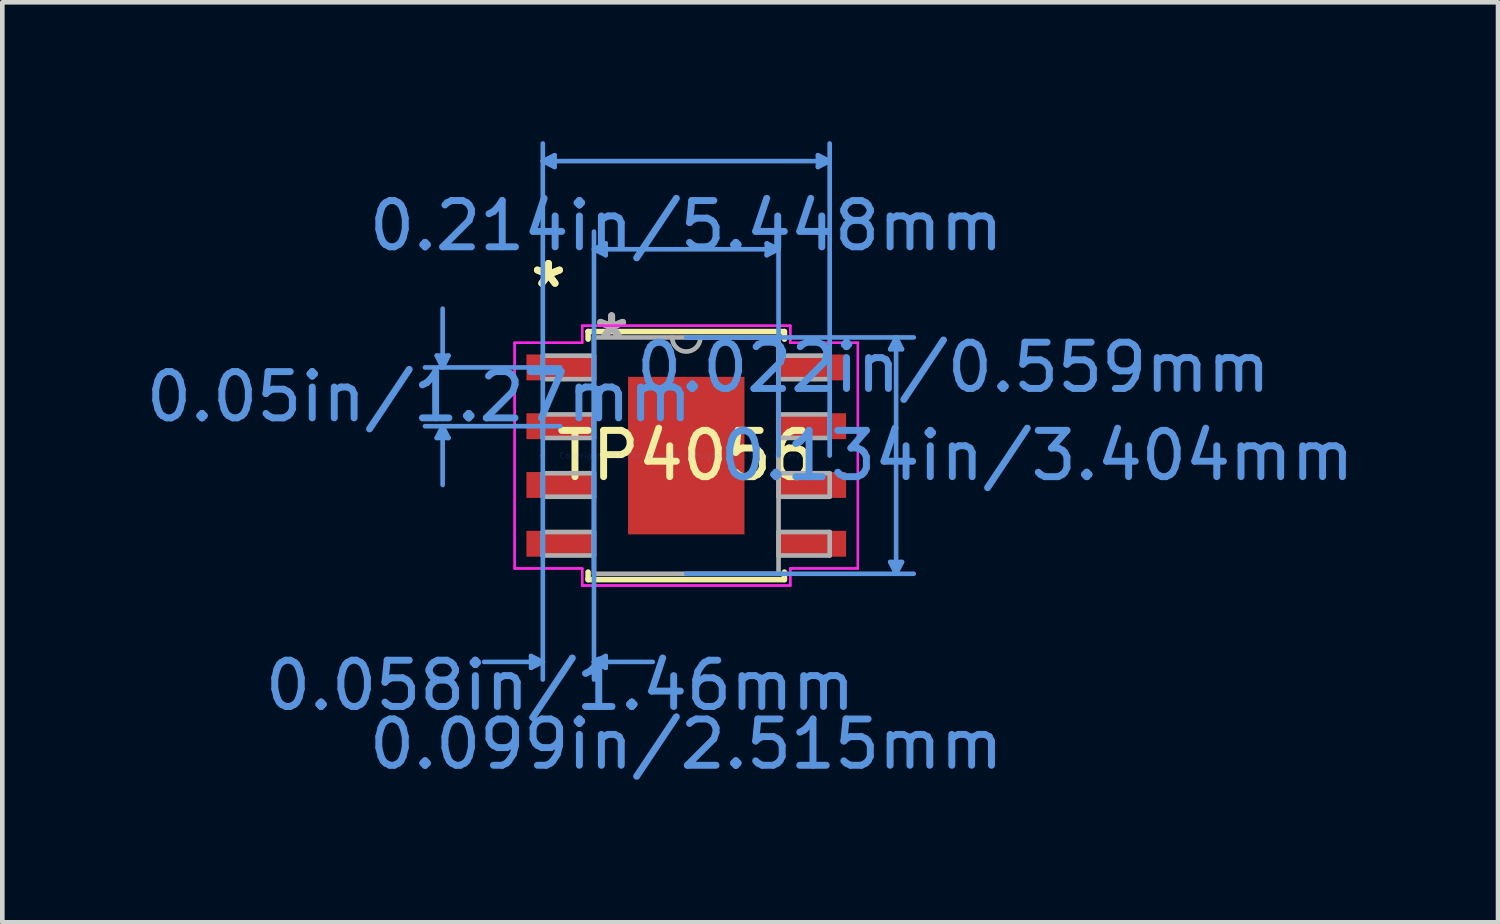
<source format=kicad_pcb>
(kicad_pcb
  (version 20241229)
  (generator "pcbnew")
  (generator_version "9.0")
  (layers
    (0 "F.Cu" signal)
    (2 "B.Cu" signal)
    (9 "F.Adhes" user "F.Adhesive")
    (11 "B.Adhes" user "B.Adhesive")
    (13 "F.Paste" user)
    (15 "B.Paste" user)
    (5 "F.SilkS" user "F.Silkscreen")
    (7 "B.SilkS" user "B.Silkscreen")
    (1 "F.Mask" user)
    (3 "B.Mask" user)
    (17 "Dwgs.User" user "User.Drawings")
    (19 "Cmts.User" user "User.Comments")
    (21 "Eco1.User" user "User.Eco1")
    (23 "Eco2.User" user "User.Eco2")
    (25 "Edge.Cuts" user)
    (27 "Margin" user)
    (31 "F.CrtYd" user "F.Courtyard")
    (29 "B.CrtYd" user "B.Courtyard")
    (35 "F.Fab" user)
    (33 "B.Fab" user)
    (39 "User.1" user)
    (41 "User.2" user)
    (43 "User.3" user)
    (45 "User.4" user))
  (footprint "TP4056"
    (layer "F.Cu")
    (at 11.778 6.794)
    (property "Reference" "TP4056" (at 0 0 0) (layer "F.SilkS") (effects (font (size 1 1) (thickness 0.15))))
    (attr through_hole)
    (fp_line (start -2.121 -2.68) (end -2.121 -2.517) (stroke (width 0.12) (type solid)) (layer "F.SilkS"))
    (fp_line (start -2.121 2.517) (end -2.121 2.68) (stroke (width 0.12) (type solid)) (layer "F.SilkS"))
    (fp_line (start -2.121 2.68) (end 2.121 2.68) (stroke (width 0.12) (type solid)) (layer "F.SilkS"))
    (fp_line (start 2.121 -2.68) (end -2.121 -2.68) (stroke (width 0.12) (type solid)) (layer "F.SilkS"))
    (fp_line (start 2.121 -2.517) (end 2.121 -2.68) (stroke (width 0.12) (type solid)) (layer "F.SilkS"))
    (fp_line (start 2.121 2.68) (end 2.121 2.517) (stroke (width 0.12) (type solid)) (layer "F.SilkS"))
    (fp_poly (pts (xy -1.157 -1.602) (xy -1.157 -0.1) (xy 1.157 -0.1) (xy 1.157 -1.602)) (stroke (width 0.1) (type solid)) (fill yes) (layer "F.Paste"))
    (fp_poly (pts (xy -1.157 0.1) (xy -1.157 1.602) (xy 1.157 1.602) (xy 1.157 0.1)) (stroke (width 0.1) (type solid)) (fill yes) (layer "F.Paste"))
    (fp_line (start -5.391 -2.159) (end -5.137 -2.159) (stroke (width 0.1) (type solid)) (layer "Cmts.User"))
    (fp_line (start -5.391 -0.381) (end -5.137 -0.381) (stroke (width 0.1) (type solid)) (layer "Cmts.User"))
    (fp_line (start -5.264 -1.905) (end -5.391 -2.159) (stroke (width 0.1) (type solid)) (layer "Cmts.User"))
    (fp_line (start -5.264 -1.905) (end -5.264 -3.175) (stroke (width 0.1) (type solid)) (layer "Cmts.User"))
    (fp_line (start -5.264 -1.905) (end -5.137 -2.159) (stroke (width 0.1) (type solid)) (layer "Cmts.User"))
    (fp_line (start -5.264 -0.635) (end -5.391 -0.381) (stroke (width 0.1) (type solid)) (layer "Cmts.User"))
    (fp_line (start -5.264 -0.635) (end -5.264 0.635) (stroke (width 0.1) (type solid)) (layer "Cmts.User"))
    (fp_line (start -5.264 -0.635) (end -5.137 -0.381) (stroke (width 0.1) (type solid)) (layer "Cmts.User"))
    (fp_line (start -3.353 4.331) (end -3.353 4.585) (stroke (width 0.1) (type solid)) (layer "Cmts.User"))
    (fp_line (start -3.099 -6.363) (end -2.845 -6.49) (stroke (width 0.1) (type solid)) (layer "Cmts.User"))
    (fp_line (start -3.099 -6.363) (end -2.845 -6.236) (stroke (width 0.1) (type solid)) (layer "Cmts.User"))
    (fp_line (start -3.099 -6.363) (end 3.099 -6.363) (stroke (width 0.1) (type solid)) (layer "Cmts.User"))
    (fp_line (start -3.099 0) (end -3.099 -6.744) (stroke (width 0.1) (type solid)) (layer "Cmts.User"))
    (fp_line (start -3.099 0) (end -3.099 4.839) (stroke (width 0.1) (type solid)) (layer "Cmts.User"))
    (fp_line (start -3.099 4.458) (end -4.369 4.458) (stroke (width 0.1) (type solid)) (layer "Cmts.User"))
    (fp_line (start -3.099 4.458) (end -3.353 4.331) (stroke (width 0.1) (type solid)) (layer "Cmts.User"))
    (fp_line (start -3.099 4.458) (end -3.353 4.585) (stroke (width 0.1) (type solid)) (layer "Cmts.User"))
    (fp_line (start -2.845 -6.49) (end -2.845 -6.236) (stroke (width 0.1) (type solid)) (layer "Cmts.User"))
    (fp_line (start -2.724 -1.905) (end -5.645 -1.905) (stroke (width 0.1) (type solid)) (layer "Cmts.User"))
    (fp_line (start -2.724 -0.635) (end -5.645 -0.635) (stroke (width 0.1) (type solid)) (layer "Cmts.User"))
    (fp_line (start -1.994 -4.458) (end -1.74 -4.585) (stroke (width 0.1) (type solid)) (layer "Cmts.User"))
    (fp_line (start -1.994 -4.458) (end -1.74 -4.331) (stroke (width 0.1) (type solid)) (layer "Cmts.User"))
    (fp_line (start -1.994 -4.458) (end 1.994 -4.458) (stroke (width 0.1) (type solid)) (layer "Cmts.User"))
    (fp_line (start -1.994 0) (end -1.994 -4.839) (stroke (width 0.1) (type solid)) (layer "Cmts.User"))
    (fp_line (start -1.994 0) (end -1.994 4.839) (stroke (width 0.1) (type solid)) (layer "Cmts.User"))
    (fp_line (start -1.994 4.458) (end -1.74 4.331) (stroke (width 0.1) (type solid)) (layer "Cmts.User"))
    (fp_line (start -1.994 4.458) (end -1.74 4.585) (stroke (width 0.1) (type solid)) (layer "Cmts.User"))
    (fp_line (start -1.994 4.458) (end -0.724 4.458) (stroke (width 0.1) (type solid)) (layer "Cmts.User"))
    (fp_line (start -1.74 -4.585) (end -1.74 -4.331) (stroke (width 0.1) (type solid)) (layer "Cmts.User"))
    (fp_line (start -1.74 4.331) (end -1.74 4.585) (stroke (width 0.1) (type solid)) (layer "Cmts.User"))
    (fp_line (start 0 -2.553) (end 4.915 -2.553) (stroke (width 0.1) (type solid)) (layer "Cmts.User"))
    (fp_line (start 0 2.553) (end 4.915 2.553) (stroke (width 0.1) (type solid)) (layer "Cmts.User"))
    (fp_line (start 1.74 -4.585) (end 1.74 -4.331) (stroke (width 0.1) (type solid)) (layer "Cmts.User"))
    (fp_line (start 1.994 -4.458) (end 1.74 -4.585) (stroke (width 0.1) (type solid)) (layer "Cmts.User"))
    (fp_line (start 1.994 -4.458) (end 1.74 -4.331) (stroke (width 0.1) (type solid)) (layer "Cmts.User"))
    (fp_line (start 1.994 0) (end 1.994 -4.839) (stroke (width 0.1) (type solid)) (layer "Cmts.User"))
    (fp_line (start 2.845 -6.49) (end 2.845 -6.236) (stroke (width 0.1) (type solid)) (layer "Cmts.User"))
    (fp_line (start 3.099 -6.363) (end 2.845 -6.49) (stroke (width 0.1) (type solid)) (layer "Cmts.User"))
    (fp_line (start 3.099 -6.363) (end 2.845 -6.236) (stroke (width 0.1) (type solid)) (layer "Cmts.User"))
    (fp_line (start 3.099 0) (end 3.099 -6.744) (stroke (width 0.1) (type solid)) (layer "Cmts.User"))
    (fp_line (start 4.407 -2.299) (end 4.661 -2.299) (stroke (width 0.1) (type solid)) (layer "Cmts.User"))
    (fp_line (start 4.407 2.299) (end 4.661 2.299) (stroke (width 0.1) (type solid)) (layer "Cmts.User"))
    (fp_line (start 4.534 -2.553) (end 4.407 -2.299) (stroke (width 0.1) (type solid)) (layer "Cmts.User"))
    (fp_line (start 4.534 -2.553) (end 4.534 2.553) (stroke (width 0.1) (type solid)) (layer "Cmts.User"))
    (fp_line (start 4.534 -2.553) (end 4.661 -2.299) (stroke (width 0.1) (type solid)) (layer "Cmts.User"))
    (fp_line (start 4.534 2.553) (end 4.407 2.299) (stroke (width 0.1) (type solid)) (layer "Cmts.User"))
    (fp_line (start 4.534 2.553) (end 4.661 2.299) (stroke (width 0.1) (type solid)) (layer "Cmts.User"))
    (fp_line (start -3.708 -2.438) (end -2.248 -2.438) (stroke (width 0.05) (type solid)) (layer "F.CrtYd"))
    (fp_line (start -3.708 -2.438) (end -2.248 -2.438) (stroke (width 0.05) (type solid)) (layer "F.CrtYd"))
    (fp_line (start -3.708 2.438) (end -3.708 -2.438) (stroke (width 0.05) (type solid)) (layer "F.CrtYd"))
    (fp_line (start -3.708 2.438) (end -3.708 -2.438) (stroke (width 0.05) (type solid)) (layer "F.CrtYd"))
    (fp_line (start -3.708 2.438) (end -2.248 2.438) (stroke (width 0.05) (type solid)) (layer "F.CrtYd"))
    (fp_line (start -2.248 -2.807) (end 2.248 -2.807) (stroke (width 0.05) (type solid)) (layer "F.CrtYd"))
    (fp_line (start -2.248 -2.807) (end 2.248 -2.807) (stroke (width 0.05) (type solid)) (layer "F.CrtYd"))
    (fp_line (start -2.248 -2.438) (end -2.248 -2.807) (stroke (width 0.05) (type solid)) (layer "F.CrtYd"))
    (fp_line (start -2.248 -2.438) (end -2.248 -2.807) (stroke (width 0.05) (type solid)) (layer "F.CrtYd"))
    (fp_line (start -2.248 2.438) (end -3.708 2.438) (stroke (width 0.05) (type solid)) (layer "F.CrtYd"))
    (fp_line (start -2.248 2.807) (end -2.248 2.438) (stroke (width 0.05) (type solid)) (layer "F.CrtYd"))
    (fp_line (start -2.248 2.807) (end -2.248 2.438) (stroke (width 0.05) (type solid)) (layer "F.CrtYd"))
    (fp_line (start 2.248 -2.807) (end 2.248 -2.438) (stroke (width 0.05) (type solid)) (layer "F.CrtYd"))
    (fp_line (start 2.248 -2.807) (end 2.248 -2.438) (stroke (width 0.05) (type solid)) (layer "F.CrtYd"))
    (fp_line (start 2.248 -2.438) (end 3.708 -2.438) (stroke (width 0.05) (type solid)) (layer "F.CrtYd"))
    (fp_line (start 2.248 2.438) (end 2.248 2.807) (stroke (width 0.05) (type solid)) (layer "F.CrtYd"))
    (fp_line (start 2.248 2.438) (end 2.248 2.807) (stroke (width 0.05) (type solid)) (layer "F.CrtYd"))
    (fp_line (start 2.248 2.807) (end -2.248 2.807) (stroke (width 0.05) (type solid)) (layer "F.CrtYd"))
    (fp_line (start 2.248 2.807) (end -2.248 2.807) (stroke (width 0.05) (type solid)) (layer "F.CrtYd"))
    (fp_line (start 3.708 -2.438) (end 2.248 -2.438) (stroke (width 0.05) (type solid)) (layer "F.CrtYd"))
    (fp_line (start 3.708 -2.438) (end 3.708 2.438) (stroke (width 0.05) (type solid)) (layer "F.CrtYd"))
    (fp_line (start 3.708 -2.438) (end 3.708 2.438) (stroke (width 0.05) (type solid)) (layer "F.CrtYd"))
    (fp_line (start 3.708 2.438) (end 2.248 2.438) (stroke (width 0.05) (type solid)) (layer "F.CrtYd"))
    (fp_line (start 3.708 2.438) (end 2.248 2.438) (stroke (width 0.05) (type solid)) (layer "F.CrtYd"))
    (fp_line (start -3.099 -2.159) (end -3.099 -1.651) (stroke (width 0.1) (type solid)) (layer "F.Fab"))
    (fp_line (start -3.099 -1.651) (end -1.994 -1.651) (stroke (width 0.1) (type solid)) (layer "F.Fab"))
    (fp_line (start -3.099 -0.889) (end -3.099 -0.381) (stroke (width 0.1) (type solid)) (layer "F.Fab"))
    (fp_line (start -3.099 -0.381) (end -1.994 -0.381) (stroke (width 0.1) (type solid)) (layer "F.Fab"))
    (fp_line (start -3.099 0.381) (end -3.099 0.889) (stroke (width 0.1) (type solid)) (layer "F.Fab"))
    (fp_line (start -3.099 0.889) (end -1.994 0.889) (stroke (width 0.1) (type solid)) (layer "F.Fab"))
    (fp_line (start -3.099 1.651) (end -3.099 2.159) (stroke (width 0.1) (type solid)) (layer "F.Fab"))
    (fp_line (start -3.099 2.159) (end -1.994 2.159) (stroke (width 0.1) (type solid)) (layer "F.Fab"))
    (fp_line (start -1.994 -2.553) (end -1.994 2.553) (stroke (width 0.1) (type solid)) (layer "F.Fab"))
    (fp_line (start -1.994 -2.159) (end -3.099 -2.159) (stroke (width 0.1) (type solid)) (layer "F.Fab"))
    (fp_line (start -1.994 -1.651) (end -1.994 -2.159) (stroke (width 0.1) (type solid)) (layer "F.Fab"))
    (fp_line (start -1.994 -0.889) (end -3.099 -0.889) (stroke (width 0.1) (type solid)) (layer "F.Fab"))
    (fp_line (start -1.994 -0.381) (end -1.994 -0.889) (stroke (width 0.1) (type solid)) (layer "F.Fab"))
    (fp_line (start -1.994 0.381) (end -3.099 0.381) (stroke (width 0.1) (type solid)) (layer "F.Fab"))
    (fp_line (start -1.994 0.889) (end -1.994 0.381) (stroke (width 0.1) (type solid)) (layer "F.Fab"))
    (fp_line (start -1.994 1.651) (end -3.099 1.651) (stroke (width 0.1) (type solid)) (layer "F.Fab"))
    (fp_line (start -1.994 2.159) (end -1.994 1.651) (stroke (width 0.1) (type solid)) (layer "F.Fab"))
    (fp_line (start -1.994 2.553) (end 1.994 2.553) (stroke (width 0.1) (type solid)) (layer "F.Fab"))
    (fp_line (start 1.994 -2.553) (end -1.994 -2.553) (stroke (width 0.1) (type solid)) (layer "F.Fab"))
    (fp_line (start 1.994 -2.159) (end 1.994 -1.651) (stroke (width 0.1) (type solid)) (layer "F.Fab"))
    (fp_line (start 1.994 -1.651) (end 3.099 -1.651) (stroke (width 0.1) (type solid)) (layer "F.Fab"))
    (fp_line (start 1.994 -0.889) (end 1.994 -0.381) (stroke (width 0.1) (type solid)) (layer "F.Fab"))
    (fp_line (start 1.994 -0.381) (end 3.099 -0.381) (stroke (width 0.1) (type solid)) (layer "F.Fab"))
    (fp_line (start 1.994 0.381) (end 1.994 0.889) (stroke (width 0.1) (type solid)) (layer "F.Fab"))
    (fp_line (start 1.994 0.889) (end 3.099 0.889) (stroke (width 0.1) (type solid)) (layer "F.Fab"))
    (fp_line (start 1.994 1.651) (end 1.994 2.159) (stroke (width 0.1) (type solid)) (layer "F.Fab"))
    (fp_line (start 1.994 2.159) (end 3.099 2.159) (stroke (width 0.1) (type solid)) (layer "F.Fab"))
    (fp_line (start 1.994 2.553) (end 1.994 -2.553) (stroke (width 0.1) (type solid)) (layer "F.Fab"))
    (fp_line (start 3.099 -2.159) (end 1.994 -2.159) (stroke (width 0.1) (type solid)) (layer "F.Fab"))
    (fp_line (start 3.099 -1.651) (end 3.099 -2.159) (stroke (width 0.1) (type solid)) (layer "F.Fab"))
    (fp_line (start 3.099 -0.889) (end 1.994 -0.889) (stroke (width 0.1) (type solid)) (layer "F.Fab"))
    (fp_line (start 3.099 -0.381) (end 3.099 -0.889) (stroke (width 0.1) (type solid)) (layer "F.Fab"))
    (fp_line (start 3.099 0.381) (end 1.994 0.381) (stroke (width 0.1) (type solid)) (layer "F.Fab"))
    (fp_line (start 3.099 0.889) (end 3.099 0.381) (stroke (width 0.1) (type solid)) (layer "F.Fab"))
    (fp_line (start 3.099 1.651) (end 1.994 1.651) (stroke (width 0.1) (type solid)) (layer "F.Fab"))
    (fp_line (start 3.099 2.159) (end 3.099 1.651) (stroke (width 0.1) (type solid)) (layer "F.Fab"))
    (fp_arc (start 0.3048 -2.5527) (mid 0 -2.2479) (end -0.3048 -2.5527) (stroke (width 0.1) (type solid)) (layer "F.Fab"))
    (fp_text user "*" (at -2.978 -3.607 0) (layer "F.SilkS") (effects (font (size 1 1) (thickness 0.15))))
    (fp_text user "*" (at -2.978 -3.607 0) (layer "F.SilkS") (effects (font (size 1 1) (thickness 0.15))))
    (fp_text user "0.134in/3.404mm" (at 7.582 0 0) (layer "Cmts.User") (effects (font (size 1 1) (thickness 0.15))))
    (fp_text user "0.099in/2.515mm" (at 0 6.236 0) (layer "Cmts.User") (effects (font (size 1 1) (thickness 0.15))))
    (fp_text user "Copyright 2021 Accelerated Designs. All rights reserved." (at 0 0 0) (layer "Cmts.User") (effects (font (size 0.127 0.127) (thickness 0.002))))
    (fp_text user "0.058in/1.46mm" (at -2.724 4.966 0) (layer "Cmts.User") (effects (font (size 1 1) (thickness 0.15))))
    (fp_text user "0.05in/1.27mm" (at -5.772 -1.27 0) (layer "Cmts.User") (effects (font (size 1 1) (thickness 0.15))))
    (fp_text user "0.022in/0.559mm" (at 5.772 -1.905 0) (layer "Cmts.User") (effects (font (size 1 1) (thickness 0.15))))
    (fp_text user "0.214in/5.448mm" (at 0 -4.966 0) (layer "Cmts.User") (effects (font (size 1 1) (thickness 0.15))))
    (fp_text user "*" (at -1.613 -2.477 0) (layer "F.Fab") (effects (font (size 1 1) (thickness 0.15))))
    (fp_text user "*" (at -1.613 -2.477 0) (layer "F.Fab") (effects (font (size 1 1) (thickness 0.15))))
    (pad "1" smd rect (at -2.724 -1.905) (size 1.46 0.559) (layers "F.Cu" "F.Mask" "F.Paste"))
    (pad "2" smd rect (at -2.724 -0.635) (size 1.46 0.559) (layers "F.Cu" "F.Mask" "F.Paste"))
    (pad "3" smd rect (at -2.724 0.635) (size 1.46 0.559) (layers "F.Cu" "F.Mask" "F.Paste"))
    (pad "4" smd rect (at -2.724 1.905) (size 1.46 0.559) (layers "F.Cu" "F.Mask" "F.Paste"))
    (pad "5" smd rect (at 2.724 1.905) (size 1.46 0.559) (layers "F.Cu" "F.Mask" "F.Paste"))
    (pad "6" smd rect (at 2.724 0.635) (size 1.46 0.559) (layers "F.Cu" "F.Mask" "F.Paste"))
    (pad "7" smd rect (at 2.724 -0.635) (size 1.46 0.559) (layers "F.Cu" "F.Mask" "F.Paste"))
    (pad "8" smd rect (at 2.724 -1.905) (size 1.46 0.559) (layers "F.Cu" "F.Mask" "F.Paste"))
    (pad "EPAD" smd rect (at 0 0) (size 2.515 3.404) (layers "F.Cu" "F.Mask")))
  (gr_rect
    (start -3 -3)
    (end 29.318 16.878)
    (stroke (width 0.1) (type default))
    (fill no)
    (layer "Edge.Cuts")))
</source>
